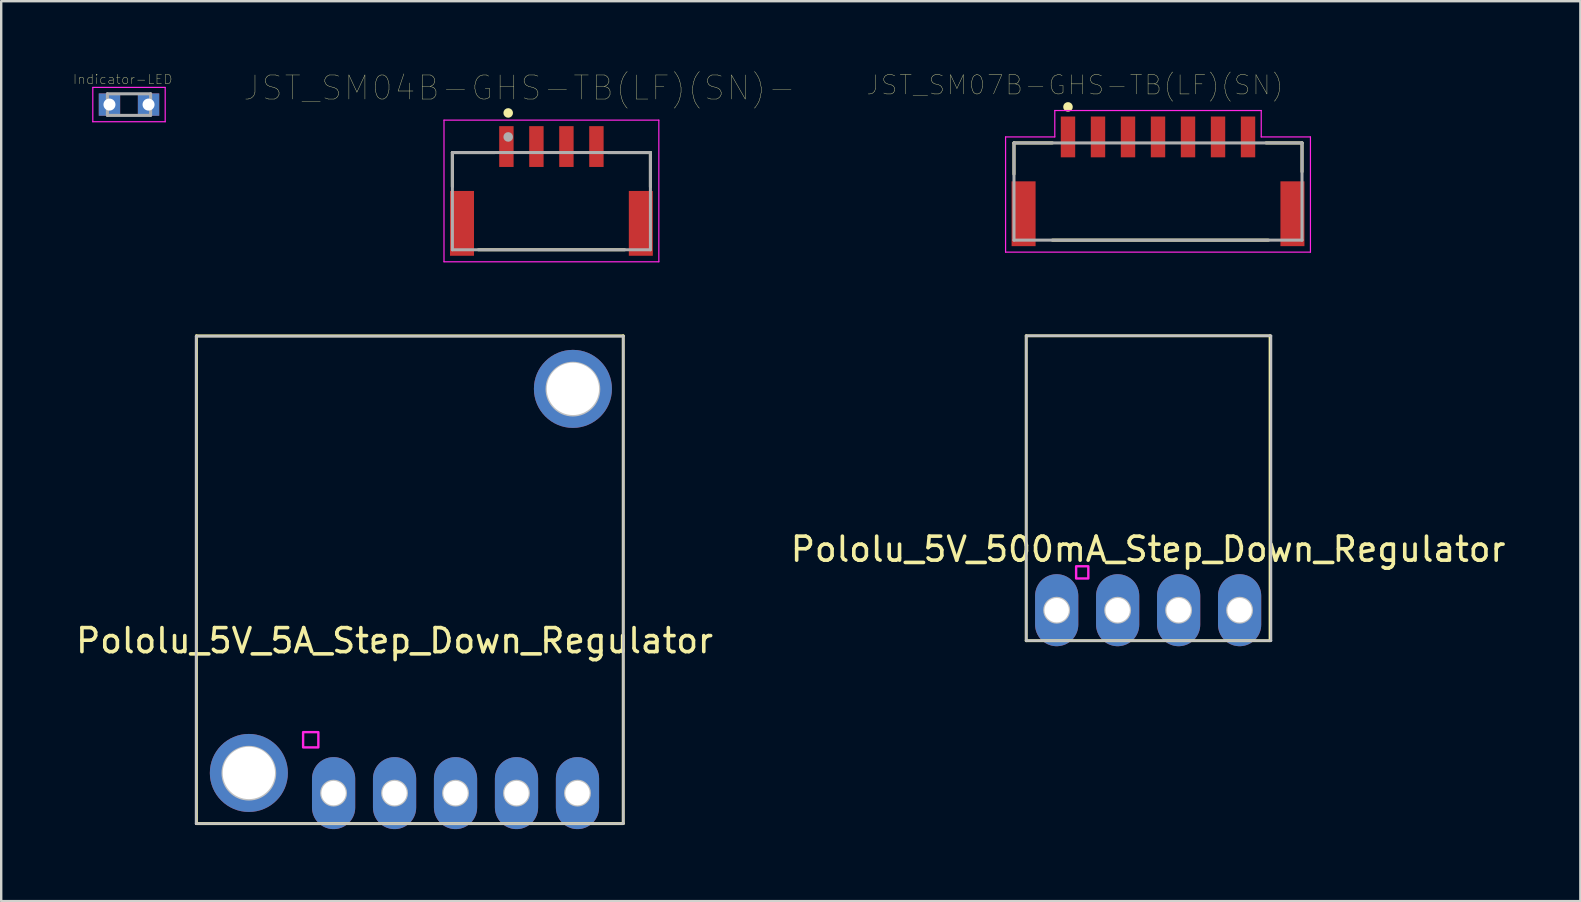
<source format=kicad_pcb>
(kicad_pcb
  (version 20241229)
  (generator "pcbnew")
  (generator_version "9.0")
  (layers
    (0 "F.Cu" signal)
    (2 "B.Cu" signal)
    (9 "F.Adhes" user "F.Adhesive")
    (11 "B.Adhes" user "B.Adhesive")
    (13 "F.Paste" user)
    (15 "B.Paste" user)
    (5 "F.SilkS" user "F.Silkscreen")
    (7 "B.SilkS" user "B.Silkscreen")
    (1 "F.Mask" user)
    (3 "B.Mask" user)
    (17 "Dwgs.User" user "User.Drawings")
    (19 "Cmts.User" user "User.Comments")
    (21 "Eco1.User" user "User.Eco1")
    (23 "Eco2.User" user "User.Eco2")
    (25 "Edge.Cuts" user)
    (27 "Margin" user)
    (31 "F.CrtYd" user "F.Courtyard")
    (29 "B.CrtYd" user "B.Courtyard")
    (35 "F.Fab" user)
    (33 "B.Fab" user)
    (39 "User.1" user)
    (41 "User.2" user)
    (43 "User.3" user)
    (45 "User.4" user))
  (footprint "Pololu_5V_5A_Step_Down_Regulator"
    (layer "F.Cu")
    (at 13.387 21.1)
    (property "Reference" "Pololu_5V_5A_Step_Down_Regulator" (at 0 2.54 0) (layer "F.SilkS") (effects (font (size 1 1) (thickness 0.15))))
    (attr through_hole)
    (fp_line (start -8.255 -10.16) (end 9.525 -10.16) (stroke (width 0.12) (type solid)) (layer "F.SilkS"))
    (fp_line (start -8.255 10.16) (end -8.255 -10.16) (stroke (width 0.12) (type solid)) (layer "F.SilkS"))
    (fp_line (start 9.525 -10.16) (end 9.525 10.16) (stroke (width 0.12) (type solid)) (layer "F.SilkS"))
    (fp_line (start 9.525 10.16) (end -8.255 10.16) (stroke (width 0.12) (type solid)) (layer "F.SilkS"))
    (fp_line (start -8.27 -10.14) (end 9.53 -10.14) (stroke (width 0.1) (type solid)) (layer "Dwgs.User"))
    (fp_line (start -8.27 10.16) (end -8.27 -10.14) (stroke (width 0.1) (type solid)) (layer "Dwgs.User"))
    (fp_line (start 9.53 -10.14) (end 9.53 10.16) (stroke (width 0.1) (type solid)) (layer "Dwgs.User"))
    (fp_line (start 9.53 10.16) (end -8.27 10.16) (stroke (width 0.1) (type solid)) (layer "Dwgs.User"))
    (fp_circle (center -6.07 8.06) (end -4.98 8.06) (stroke (width 0.1) (type solid)) (fill no) (layer "Dwgs.User"))
    (fp_circle (center -2.54 8.89) (end -2.03 8.89) (stroke (width 0.1) (type solid)) (fill no) (layer "Dwgs.User"))
    (fp_circle (center 0 8.89) (end 0.51 8.89) (stroke (width 0.1) (type solid)) (fill no) (layer "Dwgs.User"))
    (fp_circle (center 2.54 8.89) (end 3.05 8.89) (stroke (width 0.1) (type solid)) (fill no) (layer "Dwgs.User"))
    (fp_circle (center 5.08 8.89) (end 5.59 8.89) (stroke (width 0.1) (type solid)) (fill no) (layer "Dwgs.User"))
    (fp_circle (center 7.43 -7.94) (end 8.52 -7.94) (stroke (width 0.1) (type solid)) (fill no) (layer "Dwgs.User"))
    (fp_circle (center 7.62 8.89) (end 8.13 8.89) (stroke (width 0.1) (type solid)) (fill no) (layer "Dwgs.User"))
    (fp_poly (pts (xy -3.175 6.985) (xy -3.81 6.985) (xy -3.81 6.35) (xy -3.175 6.35)) (stroke (width 0.1) (type solid)) (fill no) (layer "F.CrtYd"))
    (pad "1" thru_hole oval (at -2.54 8.89) (size 1.8 3) (drill 1.02) (layers "*.Cu" "*.Mask"))
    (pad "2" thru_hole oval (at 0 8.89) (size 1.8 3) (drill 1.02) (layers "*.Cu" "*.Mask"))
    (pad "3" thru_hole oval (at 2.54 8.89) (size 1.8 3) (drill 1.02) (layers "*.Cu" "*.Mask"))
    (pad "4" thru_hole oval (at 5.08 8.89) (size 1.8 3) (drill 1.02) (layers "*.Cu" "*.Mask"))
    (pad "5" thru_hole oval (at 7.62 8.89) (size 1.8 3) (drill 1.02) (layers "*.Cu" "*.Mask"))
    (pad "6" thru_hole circle (at 7.43 -7.95) (size 3.25 3.25) (drill 2.18) (layers "*.Cu" "*.Mask"))
    (pad "7" thru_hole circle (at -6.07 8.05) (size 3.25 3.25) (drill 2.18) (layers "*.Cu" "*.Mask")))
  (footprint "Pololu_5V_500mA_Step_Down_Regulator"
    (layer "F.Cu")
    (at 44.78 17.29)
    (property "Reference" "Pololu_5V_500mA_Step_Down_Regulator" (at 0 2.54 0) (layer "F.SilkS") (effects (font (size 1 1) (thickness 0.15))))
    (attr through_hole)
    (fp_line (start -5.08 -6.35) (end 5.08 -6.35) (stroke (width 0.12) (type solid)) (layer "F.SilkS"))
    (fp_line (start -5.08 6.35) (end -5.08 -6.35) (stroke (width 0.12) (type solid)) (layer "F.SilkS"))
    (fp_line (start 5.08 -6.35) (end 5.08 6.35) (stroke (width 0.12) (type solid)) (layer "F.SilkS"))
    (fp_line (start 5.08 6.35) (end -5.08 6.35) (stroke (width 0.12) (type solid)) (layer "F.SilkS"))
    (fp_line (start -5.08 -6.35) (end 5.12 -6.35) (stroke (width 0.1) (type solid)) (layer "Dwgs.User"))
    (fp_line (start -5.08 6.35) (end -5.08 -6.35) (stroke (width 0.1) (type solid)) (layer "Dwgs.User"))
    (fp_line (start 5.12 -6.35) (end 5.12 6.35) (stroke (width 0.1) (type solid)) (layer "Dwgs.User"))
    (fp_line (start 5.12 6.35) (end -5.08 6.35) (stroke (width 0.1) (type solid)) (layer "Dwgs.User"))
    (fp_circle (center -3.81 5.08) (end -3.3 5.08) (stroke (width 0.1) (type solid)) (fill no) (layer "Dwgs.User"))
    (fp_circle (center -1.27 5.08) (end -0.76 5.08) (stroke (width 0.1) (type solid)) (fill no) (layer "Dwgs.User"))
    (fp_circle (center 1.27 5.08) (end 1.78 5.08) (stroke (width 0.1) (type solid)) (fill no) (layer "Dwgs.User"))
    (fp_circle (center 3.81 5.08) (end 4.32 5.08) (stroke (width 0.1) (type solid)) (fill no) (layer "Dwgs.User"))
    (fp_poly (pts (xy -2.492 3.758) (xy -3 3.758) (xy -3 3.25) (xy -2.492 3.25)) (stroke (width 0.1) (type solid)) (fill no) (layer "F.CrtYd"))
    (pad "1" thru_hole oval (at -3.81 5.08) (size 1.8 3) (drill 1.02) (layers "*.Cu" "*.Mask"))
    (pad "2" thru_hole oval (at -1.27 5.08) (size 1.8 3) (drill 1.02) (layers "*.Cu" "*.Mask"))
    (pad "3" thru_hole oval (at 1.27 5.08) (size 1.8 3) (drill 1.02) (layers "*.Cu" "*.Mask"))
    (pad "4" thru_hole oval (at 3.81 5.08) (size 1.8 3) (drill 1.02) (layers "*.Cu" "*.Mask")))
  (footprint "Indicator-LED"
    (layer "F.Cu")
    (at 2.324 1.307)
    (property "Reference" "Indicator-LED" (at -0.26 -1.05 0) (layer "F.SilkS") (effects (font (size 0.394 0.394) (thickness 0.015))))
    (attr through_hole)
    (fp_line (start -1.508 -0.715) (end 1.508 -0.715) (stroke (width 0.05) (type solid)) (layer "F.CrtYd"))
    (fp_line (start -1.508 0.715) (end -1.508 -0.715) (stroke (width 0.05) (type solid)) (layer "F.CrtYd"))
    (fp_line (start -1.508 0.715) (end 1.508 0.715) (stroke (width 0.05) (type solid)) (layer "F.CrtYd"))
    (fp_line (start 1.508 0.715) (end 1.508 -0.715) (stroke (width 0.05) (type solid)) (layer "F.CrtYd"))
    (fp_line (start -0.9 0.45) (end -0.9 -0.45) (stroke (width 0.127) (type solid)) (layer "F.Fab"))
    (fp_line (start 0.9 -0.45) (end -0.9 -0.45) (stroke (width 0.127) (type solid)) (layer "F.Fab"))
    (fp_line (start 0.9 0.45) (end -0.9 0.45) (stroke (width 0.127) (type solid)) (layer "F.Fab"))
    (fp_line (start 0.9 0.45) (end 0.9 -0.45) (stroke (width 0.127) (type solid)) (layer "F.Fab"))
    (pad "1" thru_hole rect (at -0.814 0) (size 0.89 0.93) (drill 0.5) (layers "*.Cu" "*.Mask"))
    (pad "2" thru_hole rect (at 0.814 0) (size 0.89 0.93) (drill 0.5) (layers "*.Cu" "*.Mask")))
  (footprint "JST_SM04B-GHS-TB(LF)(SN)-"
    (layer "F.Cu")
    (at 19.921 5.33)
    (property "Reference" "JST_SM04B-GHS-TB(LF)(SN)-" (at -1.327 -4.718 0) (layer "F.SilkS") (effects (font (size 1.002 1.002) (thickness 0.015))))
    (attr through_hole)
    (fp_line (start -4.125 -2.025) (end -2.36 -2.025) (stroke (width 0.127) (type solid)) (layer "F.SilkS"))
    (fp_line (start -4.125 -0.605) (end -4.125 -2.025) (stroke (width 0.127) (type solid)) (layer "F.SilkS"))
    (fp_line (start -3.04 2.025) (end 3.05 2.025) (stroke (width 0.127) (type solid)) (layer "F.SilkS"))
    (fp_line (start 4.125 -2.025) (end 2.36 -2.025) (stroke (width 0.127) (type solid)) (layer "F.SilkS"))
    (fp_line (start 4.125 -0.595) (end 4.125 -2.025) (stroke (width 0.127) (type solid)) (layer "F.SilkS"))
    (fp_circle (center -1.8 -3.675) (end -1.7 -3.675) (stroke (width 0.2) (type solid)) (fill no) (layer "F.SilkS"))
    (fp_line (start -4.475 -3.375) (end 4.475 -3.375) (stroke (width 0.05) (type solid)) (layer "F.CrtYd"))
    (fp_line (start -4.475 2.525) (end -4.475 -3.375) (stroke (width 0.05) (type solid)) (layer "F.CrtYd"))
    (fp_line (start 4.475 -3.375) (end 4.475 2.525) (stroke (width 0.05) (type solid)) (layer "F.CrtYd"))
    (fp_line (start 4.475 2.525) (end -4.475 2.525) (stroke (width 0.05) (type solid)) (layer "F.CrtYd"))
    (fp_line (start -4.125 -2.025) (end 4.125 -2.025) (stroke (width 0.127) (type solid)) (layer "F.Fab"))
    (fp_line (start -4.125 2.025) (end -4.125 -2.025) (stroke (width 0.127) (type solid)) (layer "F.Fab"))
    (fp_line (start 4.125 -2.025) (end 4.125 2.025) (stroke (width 0.127) (type solid)) (layer "F.Fab"))
    (fp_line (start 4.125 2.025) (end -4.125 2.025) (stroke (width 0.127) (type solid)) (layer "F.Fab"))
    (fp_circle (center -1.8 -2.675) (end -1.7 -2.675) (stroke (width 0.2) (type solid)) (fill no) (layer "F.Fab"))
    (pad "1" smd rect (at -1.875 -2.275) (size 0.6 1.7) (layers "F.Cu" "F.Mask" "F.Paste"))
    (pad "2" smd rect (at -0.625 -2.275) (size 0.6 1.7) (layers "F.Cu" "F.Mask" "F.Paste"))
    (pad "3" smd rect (at 0.625 -2.275) (size 0.6 1.7) (layers "F.Cu" "F.Mask" "F.Paste"))
    (pad "4" smd rect (at 1.875 -2.275) (size 0.6 1.7) (layers "F.Cu" "F.Mask" "F.Paste"))
    (pad "SH1" smd rect (at -3.725 0.925) (size 1 2.7) (layers "F.Cu" "F.Mask" "F.Paste"))
    (pad "SH2" smd rect (at 3.725 0.925) (size 1 2.7) (layers "F.Cu" "F.Mask" "F.Paste")))
  (footprint "JST_SM07B-GHS-TB(LF)(SN)"
    (layer "F.Cu")
    (at 45.191 4.504)
    (property "Reference" "JST_SM07B-GHS-TB(LF)(SN)" (at -3.462 -4.01 0) (layer "F.SilkS") (effects (font (size 0.8 0.8) (thickness 0.015))))
    (attr through_hole)
    (fp_line (start -6 -1.6) (end -4.4 -1.6) (stroke (width 0.127) (type solid)) (layer "F.SilkS"))
    (fp_line (start -6 -0.3) (end -6 -1.6) (stroke (width 0.127) (type solid)) (layer "F.SilkS"))
    (fp_line (start -4.4 2.45) (end 4.6 2.45) (stroke (width 0.127) (type solid)) (layer "F.SilkS"))
    (fp_line (start 4.5 -1.6) (end 6 -1.6) (stroke (width 0.127) (type solid)) (layer "F.SilkS"))
    (fp_line (start 6 -1.6) (end 6 -0.4) (stroke (width 0.127) (type solid)) (layer "F.SilkS"))
    (fp_circle (center -3.75 -3.1) (end -3.65 -3.1) (stroke (width 0.2) (type solid)) (fill no) (layer "F.SilkS"))
    (fp_line (start -6.35 -1.85) (end -4.3 -1.85) (stroke (width 0.05) (type solid)) (layer "F.CrtYd"))
    (fp_line (start -6.35 2.95) (end -6.35 -1.85) (stroke (width 0.05) (type solid)) (layer "F.CrtYd"))
    (fp_line (start -4.3 -2.95) (end 4.3 -2.95) (stroke (width 0.05) (type solid)) (layer "F.CrtYd"))
    (fp_line (start -4.3 -1.85) (end -4.3 -2.95) (stroke (width 0.05) (type solid)) (layer "F.CrtYd"))
    (fp_line (start 4.3 -2.95) (end 4.3 -1.85) (stroke (width 0.05) (type solid)) (layer "F.CrtYd"))
    (fp_line (start 4.3 -1.85) (end 6.35 -1.85) (stroke (width 0.05) (type solid)) (layer "F.CrtYd"))
    (fp_line (start 6.35 -1.85) (end 6.35 2.95) (stroke (width 0.05) (type solid)) (layer "F.CrtYd"))
    (fp_line (start 6.35 2.95) (end -6.35 2.95) (stroke (width 0.05) (type solid)) (layer "F.CrtYd"))
    (fp_line (start -6 -1.6) (end 6 -1.6) (stroke (width 0.127) (type solid)) (layer "F.Fab"))
    (fp_line (start -6 2.45) (end -6 -1.6) (stroke (width 0.127) (type solid)) (layer "F.Fab"))
    (fp_line (start 6 -1.6) (end 6 2.45) (stroke (width 0.127) (type solid)) (layer "F.Fab"))
    (fp_line (start 6 2.45) (end -6 2.45) (stroke (width 0.127) (type solid)) (layer "F.Fab"))
    (pad "1" smd rect (at -3.75 -1.85) (size 0.6 1.7) (layers "F.Cu" "F.Mask" "F.Paste"))
    (pad "2" smd rect (at -2.5 -1.85) (size 0.6 1.7) (layers "F.Cu" "F.Mask" "F.Paste"))
    (pad "3" smd rect (at -1.25 -1.85) (size 0.6 1.7) (layers "F.Cu" "F.Mask" "F.Paste"))
    (pad "4" smd rect (at 0 -1.85) (size 0.6 1.7) (layers "F.Cu" "F.Mask" "F.Paste"))
    (pad "5" smd rect (at 1.25 -1.85) (size 0.6 1.7) (layers "F.Cu" "F.Mask" "F.Paste"))
    (pad "6" smd rect (at 2.5 -1.85) (size 0.6 1.7) (layers "F.Cu" "F.Mask" "F.Paste"))
    (pad "7" smd rect (at 3.75 -1.85) (size 0.6 1.7) (layers "F.Cu" "F.Mask" "F.Paste"))
    (pad "S1" smd rect (at 5.6 1.35) (size 1 2.7) (layers "F.Cu" "F.Mask" "F.Paste"))
    (pad "S2" smd rect (at -5.6 1.35) (size 1 2.7) (layers "F.Cu" "F.Mask" "F.Paste")))
  (gr_rect
    (start -3 -3)
    (end 62.786 34.49)
    (stroke (width 0.1) (type default))
    (fill no)
    (layer "Edge.Cuts")))
</source>
